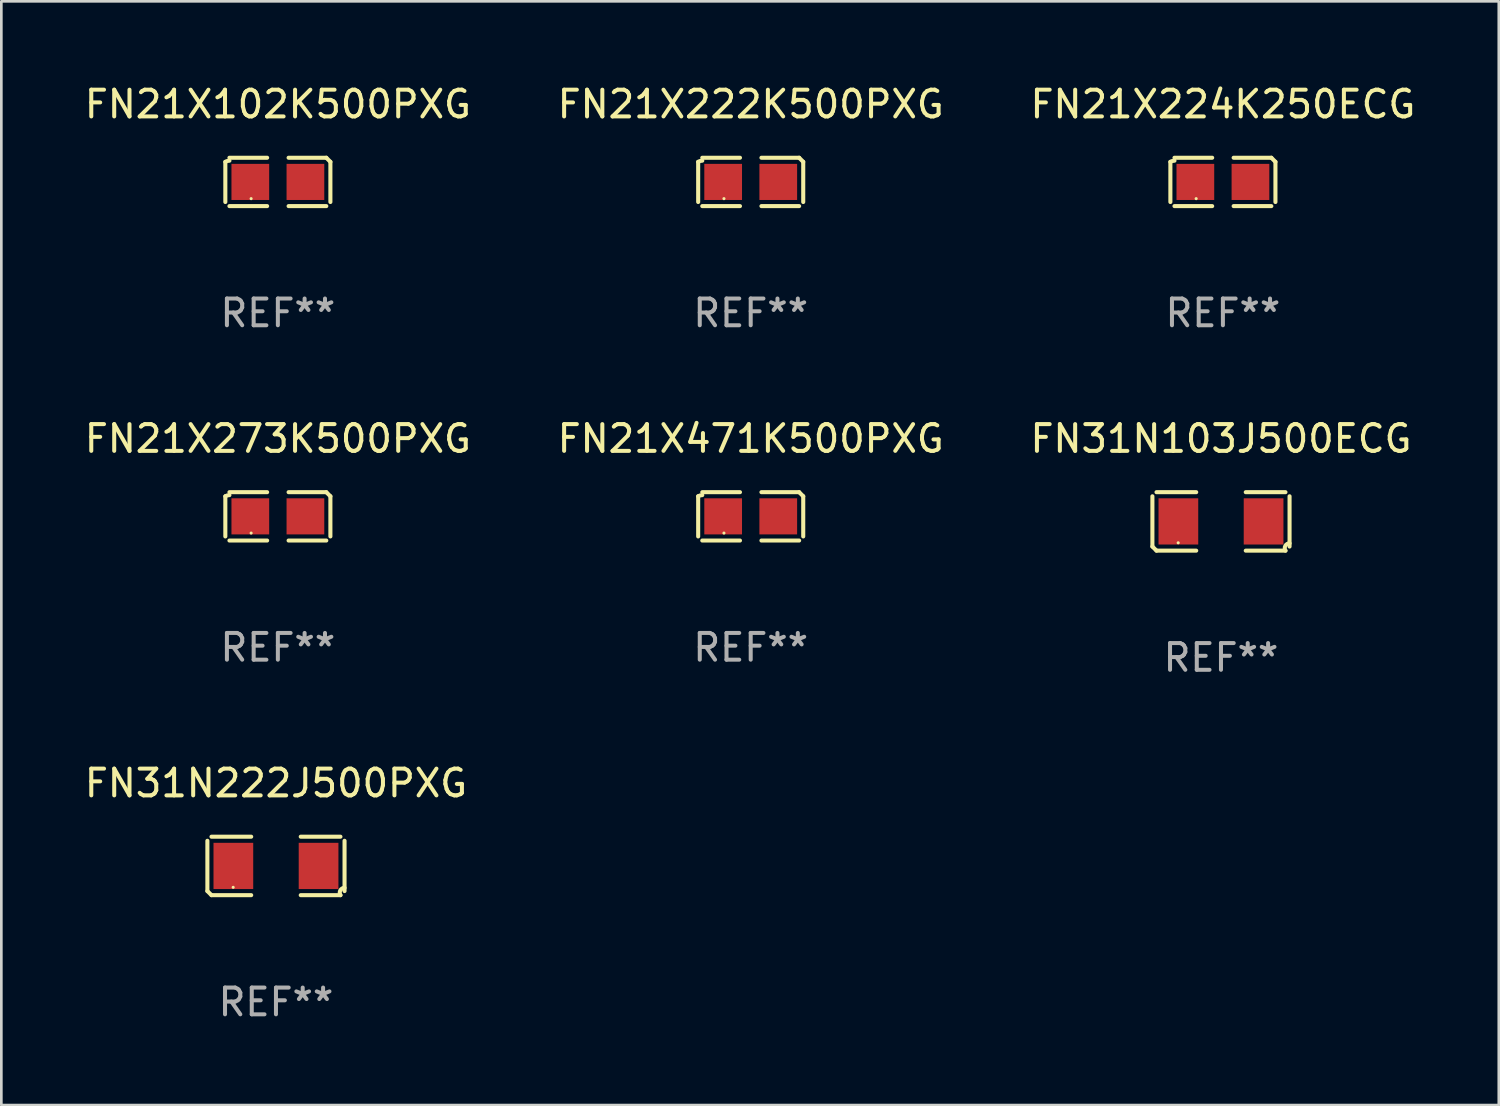
<source format=kicad_pcb>
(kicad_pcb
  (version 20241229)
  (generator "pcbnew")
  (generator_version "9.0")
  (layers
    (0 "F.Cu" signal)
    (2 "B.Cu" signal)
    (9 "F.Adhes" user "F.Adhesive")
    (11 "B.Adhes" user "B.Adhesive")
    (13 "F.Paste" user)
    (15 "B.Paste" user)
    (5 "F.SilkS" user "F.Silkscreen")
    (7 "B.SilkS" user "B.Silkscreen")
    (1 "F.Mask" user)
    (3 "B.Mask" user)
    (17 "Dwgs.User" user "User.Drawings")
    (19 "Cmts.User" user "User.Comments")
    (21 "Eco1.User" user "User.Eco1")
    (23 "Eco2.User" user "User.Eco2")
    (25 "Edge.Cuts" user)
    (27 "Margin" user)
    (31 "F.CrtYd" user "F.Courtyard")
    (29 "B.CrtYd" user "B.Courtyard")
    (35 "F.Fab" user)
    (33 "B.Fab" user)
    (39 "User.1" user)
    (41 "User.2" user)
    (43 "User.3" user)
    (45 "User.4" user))
  (footprint "FN21X471K500PXG"
    (layer "F.Cu")
    (at 25.018 16.256)
    (property "Reference" "FN21X471K500PXG" (at 0 -2.904 0) (layer "F.SilkS") (effects (font (size 1 1) (thickness 0.15))))
    (attr through_hole)
    (fp_line (start -1.964 0.751) (end -1.964 -0.751) (stroke (width 0.152) (type solid)) (layer "F.SilkS"))
    (fp_line (start -1.811 -0.904) (end -0.401 -0.904) (stroke (width 0.152) (type solid)) (layer "F.SilkS"))
    (fp_line (start -0.401 0.904) (end -1.811 0.904) (stroke (width 0.152) (type solid)) (layer "F.SilkS"))
    (fp_line (start 0.401 0.904) (end 1.811 0.904) (stroke (width 0.152) (type solid)) (layer "F.SilkS"))
    (fp_line (start 1.811 -0.904) (end 0.401 -0.904) (stroke (width 0.152) (type solid)) (layer "F.SilkS"))
    (fp_line (start 1.964 0.751) (end 1.964 -0.751) (stroke (width 0.152) (type solid)) (layer "F.SilkS"))
    (fp_arc (start -1.963602 -0.751207) (mid -1.890354 -0.783131) (end -1.811201 -0.794044) (stroke (width 0.1524) (type solid)) (layer "F.SilkS"))
    (fp_arc (start 1.811202 -0.903607) (mid 1.887413 -0.827418) (end 1.963602 -0.751207) (stroke (width 0.1524) (type solid)) (layer "F.SilkS"))
    (fp_circle (center -1 0.625) (end -0.97 0.625) (stroke (width 0.06) (type solid)) (fill no) (layer "F.SilkS"))
    (fp_text user "REF**" (at 0 4.904 0) (layer "F.Fab") (effects (font (size 1 1) (thickness 0.15))))
    (pad "1" smd rect (at -1.03 0) (size 1.41 1.35) (layers "F.Cu" "F.Mask" "F.Paste"))
    (pad "2" smd rect (at 1.03 0) (size 1.41 1.35) (layers "F.Cu" "F.Mask" "F.Paste")))
  (footprint "FN21X102K500PXG"
    (layer "F.Cu")
    (at 7.339 3.752)
    (property "Reference" "FN21X102K500PXG" (at 0 -2.904 0) (layer "F.SilkS") (effects (font (size 1 1) (thickness 0.15))))
    (attr through_hole)
    (fp_line (start -1.964 0.751) (end -1.964 -0.751) (stroke (width 0.152) (type solid)) (layer "F.SilkS"))
    (fp_line (start -1.811 -0.904) (end -0.401 -0.904) (stroke (width 0.152) (type solid)) (layer "F.SilkS"))
    (fp_line (start -0.401 0.904) (end -1.811 0.904) (stroke (width 0.152) (type solid)) (layer "F.SilkS"))
    (fp_line (start 0.401 0.904) (end 1.811 0.904) (stroke (width 0.152) (type solid)) (layer "F.SilkS"))
    (fp_line (start 1.811 -0.904) (end 0.401 -0.904) (stroke (width 0.152) (type solid)) (layer "F.SilkS"))
    (fp_line (start 1.964 0.751) (end 1.964 -0.751) (stroke (width 0.152) (type solid)) (layer "F.SilkS"))
    (fp_arc (start -1.963602 -0.751207) (mid -1.890354 -0.783131) (end -1.811201 -0.794044) (stroke (width 0.1524) (type solid)) (layer "F.SilkS"))
    (fp_arc (start 1.811202 -0.903607) (mid 1.887413 -0.827418) (end 1.963602 -0.751207) (stroke (width 0.1524) (type solid)) (layer "F.SilkS"))
    (fp_circle (center -1 0.625) (end -0.97 0.625) (stroke (width 0.06) (type solid)) (fill no) (layer "F.SilkS"))
    (fp_text user "REF**" (at 0 4.904 0) (layer "F.Fab") (effects (font (size 1 1) (thickness 0.15))))
    (pad "1" smd rect (at -1.03 0) (size 1.41 1.35) (layers "F.Cu" "F.Mask" "F.Paste"))
    (pad "2" smd rect (at 1.03 0) (size 1.41 1.35) (layers "F.Cu" "F.Mask" "F.Paste")))
  (footprint "FN21X273K500PXG"
    (layer "F.Cu")
    (at 7.339 16.256)
    (property "Reference" "FN21X273K500PXG" (at 0 -2.904 0) (layer "F.SilkS") (effects (font (size 1 1) (thickness 0.15))))
    (attr through_hole)
    (fp_line (start -1.964 0.751) (end -1.964 -0.751) (stroke (width 0.152) (type solid)) (layer "F.SilkS"))
    (fp_line (start -1.811 -0.904) (end -0.401 -0.904) (stroke (width 0.152) (type solid)) (layer "F.SilkS"))
    (fp_line (start -0.401 0.904) (end -1.811 0.904) (stroke (width 0.152) (type solid)) (layer "F.SilkS"))
    (fp_line (start 0.401 0.904) (end 1.811 0.904) (stroke (width 0.152) (type solid)) (layer "F.SilkS"))
    (fp_line (start 1.811 -0.904) (end 0.401 -0.904) (stroke (width 0.152) (type solid)) (layer "F.SilkS"))
    (fp_line (start 1.964 0.751) (end 1.964 -0.751) (stroke (width 0.152) (type solid)) (layer "F.SilkS"))
    (fp_arc (start -1.963602 -0.751207) (mid -1.890354 -0.783131) (end -1.811201 -0.794044) (stroke (width 0.1524) (type solid)) (layer "F.SilkS"))
    (fp_arc (start 1.811202 -0.903607) (mid 1.887413 -0.827418) (end 1.963602 -0.751207) (stroke (width 0.1524) (type solid)) (layer "F.SilkS"))
    (fp_circle (center -1 0.625) (end -0.97 0.625) (stroke (width 0.06) (type solid)) (fill no) (layer "F.SilkS"))
    (fp_text user "REF**" (at 0 4.904 0) (layer "F.Fab") (effects (font (size 1 1) (thickness 0.15))))
    (pad "1" smd rect (at -1.03 0) (size 1.41 1.35) (layers "F.Cu" "F.Mask" "F.Paste"))
    (pad "2" smd rect (at 1.03 0) (size 1.41 1.35) (layers "F.Cu" "F.Mask" "F.Paste")))
  (footprint "FN21X224K250ECG"
    (layer "F.Cu")
    (at 42.673 3.752)
    (property "Reference" "FN21X224K250ECG" (at 0 -2.904 0) (layer "F.SilkS") (effects (font (size 1 1) (thickness 0.15))))
    (attr through_hole)
    (fp_line (start -1.964 0.751) (end -1.964 -0.751) (stroke (width 0.152) (type solid)) (layer "F.SilkS"))
    (fp_line (start -1.811 -0.904) (end -0.401 -0.904) (stroke (width 0.152) (type solid)) (layer "F.SilkS"))
    (fp_line (start -0.401 0.904) (end -1.811 0.904) (stroke (width 0.152) (type solid)) (layer "F.SilkS"))
    (fp_line (start 0.401 0.904) (end 1.811 0.904) (stroke (width 0.152) (type solid)) (layer "F.SilkS"))
    (fp_line (start 1.811 -0.904) (end 0.401 -0.904) (stroke (width 0.152) (type solid)) (layer "F.SilkS"))
    (fp_line (start 1.964 0.751) (end 1.964 -0.751) (stroke (width 0.152) (type solid)) (layer "F.SilkS"))
    (fp_arc (start -1.963602 -0.751207) (mid -1.890354 -0.783131) (end -1.811201 -0.794044) (stroke (width 0.1524) (type solid)) (layer "F.SilkS"))
    (fp_arc (start 1.811202 -0.903607) (mid 1.887413 -0.827418) (end 1.963602 -0.751207) (stroke (width 0.1524) (type solid)) (layer "F.SilkS"))
    (fp_circle (center -1 0.625) (end -0.97 0.625) (stroke (width 0.06) (type solid)) (fill no) (layer "F.SilkS"))
    (fp_text user "REF**" (at 0 4.904 0) (layer "F.Fab") (effects (font (size 1 1) (thickness 0.15))))
    (pad "1" smd rect (at -1.03 0) (size 1.41 1.35) (layers "F.Cu" "F.Mask" "F.Paste"))
    (pad "2" smd rect (at 1.03 0) (size 1.41 1.35) (layers "F.Cu" "F.Mask" "F.Paste")))
  (footprint "FN31N103J500ECG"
    (layer "F.Cu")
    (at 42.601 16.445)
    (property "Reference" "FN31N103J500ECG" (at 0 -3.093 0) (layer "F.SilkS") (effects (font (size 1 1) (thickness 0.15))))
    (attr through_hole)
    (fp_line (start -2.564 0.94) (end -2.564 -0.94) (stroke (width 0.152) (type solid)) (layer "F.SilkS"))
    (fp_line (start -2.411 -1.093) (end -0.926 -1.093) (stroke (width 0.152) (type solid)) (layer "F.SilkS"))
    (fp_line (start -0.926 1.093) (end -2.411 1.093) (stroke (width 0.152) (type solid)) (layer "F.SilkS"))
    (fp_line (start 0.926 1.093) (end 2.411 1.093) (stroke (width 0.152) (type solid)) (layer "F.SilkS"))
    (fp_line (start 2.411 -1.093) (end 0.926 -1.093) (stroke (width 0.152) (type solid)) (layer "F.SilkS"))
    (fp_line (start 2.564 0.94) (end 2.564 -0.94) (stroke (width 0.152) (type solid)) (layer "F.SilkS"))
    (fp_arc (start -2.411201 1.092609) (mid -2.487413 1.01642) (end -2.563602 0.940208) (stroke (width 0.1524) (type solid)) (layer "F.SilkS"))
    (fp_arc (start 2.411201 1.092609) (mid 2.407159 0.911226) (end 2.563602 0.819347) (stroke (width 0.1524) (type solid)) (layer "F.SilkS"))
    (fp_circle (center -1.6 0.8) (end -1.57 0.8) (stroke (width 0.06) (type solid)) (fill no) (layer "F.SilkS"))
    (fp_text user "REF**" (at 0 5.093 0) (layer "F.Fab") (effects (font (size 1 1) (thickness 0.15))))
    (pad "1" smd rect (at -1.593 0) (size 1.485 1.728) (layers "F.Cu" "F.Mask" "F.Paste"))
    (pad "2" smd rect (at 1.593 0) (size 1.485 1.728) (layers "F.Cu" "F.Mask" "F.Paste")))
  (footprint "FN31N222J500PXG"
    (layer "F.Cu")
    (at 7.268 29.326)
    (property "Reference" "FN31N222J500PXG" (at 0 -3.093 0) (layer "F.SilkS") (effects (font (size 1 1) (thickness 0.15))))
    (attr through_hole)
    (fp_line (start -2.564 0.94) (end -2.564 -0.94) (stroke (width 0.152) (type solid)) (layer "F.SilkS"))
    (fp_line (start -2.411 -1.093) (end -0.926 -1.093) (stroke (width 0.152) (type solid)) (layer "F.SilkS"))
    (fp_line (start -0.926 1.093) (end -2.411 1.093) (stroke (width 0.152) (type solid)) (layer "F.SilkS"))
    (fp_line (start 0.926 1.093) (end 2.411 1.093) (stroke (width 0.152) (type solid)) (layer "F.SilkS"))
    (fp_line (start 2.411 -1.093) (end 0.926 -1.093) (stroke (width 0.152) (type solid)) (layer "F.SilkS"))
    (fp_line (start 2.564 0.94) (end 2.564 -0.94) (stroke (width 0.152) (type solid)) (layer "F.SilkS"))
    (fp_arc (start -2.411201 1.092609) (mid -2.487413 1.01642) (end -2.563602 0.940208) (stroke (width 0.1524) (type solid)) (layer "F.SilkS"))
    (fp_arc (start 2.411201 1.092609) (mid 2.407159 0.911226) (end 2.563602 0.819347) (stroke (width 0.1524) (type solid)) (layer "F.SilkS"))
    (fp_circle (center -1.6 0.8) (end -1.57 0.8) (stroke (width 0.06) (type solid)) (fill no) (layer "F.SilkS"))
    (fp_text user "REF**" (at 0 5.093 0) (layer "F.Fab") (effects (font (size 1 1) (thickness 0.15))))
    (pad "1" smd rect (at -1.593 0) (size 1.485 1.728) (layers "F.Cu" "F.Mask" "F.Paste"))
    (pad "2" smd rect (at 1.593 0) (size 1.485 1.728) (layers "F.Cu" "F.Mask" "F.Paste")))
  (footprint "FN21X222K500PXG"
    (layer "F.Cu")
    (at 25.018 3.752)
    (property "Reference" "FN21X222K500PXG" (at 0 -2.904 0) (layer "F.SilkS") (effects (font (size 1 1) (thickness 0.15))))
    (attr through_hole)
    (fp_line (start -1.964 0.751) (end -1.964 -0.751) (stroke (width 0.152) (type solid)) (layer "F.SilkS"))
    (fp_line (start -1.811 -0.904) (end -0.401 -0.904) (stroke (width 0.152) (type solid)) (layer "F.SilkS"))
    (fp_line (start -0.401 0.904) (end -1.811 0.904) (stroke (width 0.152) (type solid)) (layer "F.SilkS"))
    (fp_line (start 0.401 0.904) (end 1.811 0.904) (stroke (width 0.152) (type solid)) (layer "F.SilkS"))
    (fp_line (start 1.811 -0.904) (end 0.401 -0.904) (stroke (width 0.152) (type solid)) (layer "F.SilkS"))
    (fp_line (start 1.964 0.751) (end 1.964 -0.751) (stroke (width 0.152) (type solid)) (layer "F.SilkS"))
    (fp_arc (start -1.963602 -0.751207) (mid -1.890354 -0.783131) (end -1.811201 -0.794044) (stroke (width 0.1524) (type solid)) (layer "F.SilkS"))
    (fp_arc (start 1.811202 -0.903607) (mid 1.887413 -0.827418) (end 1.963602 -0.751207) (stroke (width 0.1524) (type solid)) (layer "F.SilkS"))
    (fp_circle (center -1 0.625) (end -0.97 0.625) (stroke (width 0.06) (type solid)) (fill no) (layer "F.SilkS"))
    (fp_text user "REF**" (at 0 4.904 0) (layer "F.Fab") (effects (font (size 1 1) (thickness 0.15))))
    (pad "1" smd rect (at -1.03 0) (size 1.41 1.35) (layers "F.Cu" "F.Mask" "F.Paste"))
    (pad "2" smd rect (at 1.03 0) (size 1.41 1.35) (layers "F.Cu" "F.Mask" "F.Paste")))
  (gr_rect
    (start -3 -3)
    (end 52.988 38.267)
    (stroke (width 0.1) (type default))
    (fill no)
    (layer "Edge.Cuts")))
</source>
